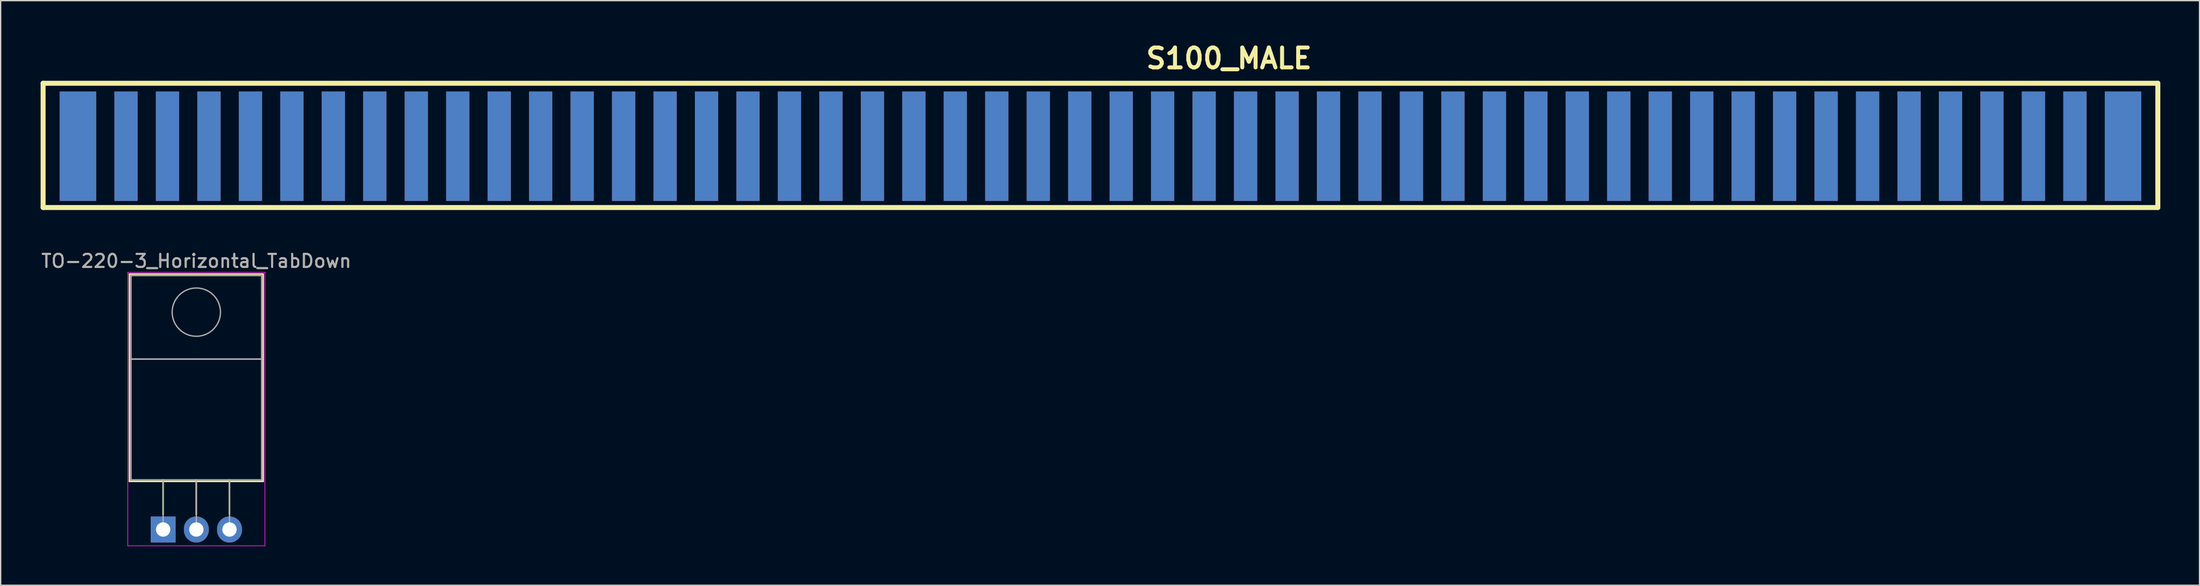
<source format=kicad_pcb>
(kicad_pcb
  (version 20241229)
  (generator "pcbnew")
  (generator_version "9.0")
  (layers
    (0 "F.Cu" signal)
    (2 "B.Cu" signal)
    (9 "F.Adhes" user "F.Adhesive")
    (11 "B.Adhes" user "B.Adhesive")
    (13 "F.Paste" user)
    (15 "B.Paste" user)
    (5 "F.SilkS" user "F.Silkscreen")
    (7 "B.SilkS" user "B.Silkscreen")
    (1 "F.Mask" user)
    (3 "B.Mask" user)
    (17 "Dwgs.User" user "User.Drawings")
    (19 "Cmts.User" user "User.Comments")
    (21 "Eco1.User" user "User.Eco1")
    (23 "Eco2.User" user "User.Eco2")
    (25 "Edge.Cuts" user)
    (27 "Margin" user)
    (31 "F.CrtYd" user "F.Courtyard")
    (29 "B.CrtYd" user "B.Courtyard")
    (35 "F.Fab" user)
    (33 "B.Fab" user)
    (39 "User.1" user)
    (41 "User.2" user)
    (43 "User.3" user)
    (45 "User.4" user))
  (footprint "TO-220-3_Horizontal_TabDown"
    (layer "F.Cu")
    (at 9.442 37.535)
    (property "Reference" "TO-220-3_Horizontal_TabDown" (at 2.54 -20.58 0) (layer "F.SilkS") (effects (font (size 1 1) (thickness 0.15))))
    (attr through_hole)
    (fp_line (start -2.58 -19.58) (end -2.58 -3.69) (stroke (width 0.12) (type solid)) (layer "F.SilkS"))
    (fp_line (start -2.58 -19.58) (end 7.66 -19.58) (stroke (width 0.12) (type solid)) (layer "F.SilkS"))
    (fp_line (start -2.58 -3.69) (end 7.66 -3.69) (stroke (width 0.12) (type solid)) (layer "F.SilkS"))
    (fp_line (start 0 -3.69) (end 0 -1.15) (stroke (width 0.12) (type solid)) (layer "F.SilkS"))
    (fp_line (start 2.54 -3.69) (end 2.54 -1.15) (stroke (width 0.12) (type solid)) (layer "F.SilkS"))
    (fp_line (start 5.08 -3.69) (end 5.08 -1.15) (stroke (width 0.12) (type solid)) (layer "F.SilkS"))
    (fp_line (start 7.66 -19.58) (end 7.66 -3.69) (stroke (width 0.12) (type solid)) (layer "F.SilkS"))
    (fp_line (start -2.71 -19.71) (end -2.71 1.25) (stroke (width 0.05) (type solid)) (layer "F.CrtYd"))
    (fp_line (start -2.71 1.25) (end 7.79 1.25) (stroke (width 0.05) (type solid)) (layer "F.CrtYd"))
    (fp_line (start 7.79 -19.71) (end -2.71 -19.71) (stroke (width 0.05) (type solid)) (layer "F.CrtYd"))
    (fp_line (start 7.79 1.25) (end 7.79 -19.71) (stroke (width 0.05) (type solid)) (layer "F.CrtYd"))
    (fp_line (start -2.46 -19.46) (end 7.54 -19.46) (stroke (width 0.1) (type solid)) (layer "F.Fab"))
    (fp_line (start -2.46 -13.06) (end -2.46 -19.46) (stroke (width 0.1) (type solid)) (layer "F.Fab"))
    (fp_line (start -2.46 -13.06) (end 7.54 -13.06) (stroke (width 0.1) (type solid)) (layer "F.Fab"))
    (fp_line (start -2.46 -3.81) (end -2.46 -13.06) (stroke (width 0.1) (type solid)) (layer "F.Fab"))
    (fp_line (start 0 -3.81) (end 0 0) (stroke (width 0.1) (type solid)) (layer "F.Fab"))
    (fp_line (start 2.54 -3.81) (end 2.54 0) (stroke (width 0.1) (type solid)) (layer "F.Fab"))
    (fp_line (start 5.08 -3.81) (end 5.08 0) (stroke (width 0.1) (type solid)) (layer "F.Fab"))
    (fp_line (start 7.54 -19.46) (end 7.54 -13.06) (stroke (width 0.1) (type solid)) (layer "F.Fab"))
    (fp_line (start 7.54 -13.06) (end -2.46 -13.06) (stroke (width 0.1) (type solid)) (layer "F.Fab"))
    (fp_line (start 7.54 -13.06) (end 7.54 -3.81) (stroke (width 0.1) (type solid)) (layer "F.Fab"))
    (fp_line (start 7.54 -3.81) (end -2.46 -3.81) (stroke (width 0.1) (type solid)) (layer "F.Fab"))
    (fp_circle (center 2.54 -16.66) (end 4.39 -16.66) (stroke (width 0.1) (type solid)) (fill no) (layer "F.Fab"))
    (fp_text user "${REFERENCE}" (at 2.54 -20.58 0) (layer "F.Fab") (effects (font (size 1 1) (thickness 0.15))))
    (pad "1" thru_hole rect (at 0 0) (size 1.905 2) (drill 1.1) (layers "*.Cu" "*.Mask"))
    (pad "2" thru_hole oval (at 2.54 0) (size 1.905 2) (drill 1.1) (layers "*.Cu" "*.Mask"))
    (pad "3" thru_hole oval (at 5.08 0) (size 1.905 2) (drill 1.1) (layers "*.Cu" "*.Mask")))
  (footprint "S100_MALE"
    (layer "F.Cu")
    (at 0.25 12.856)
    (property "Reference" "S100_MALE" (at 90.805 -11.43 0) (layer "F.SilkS") (effects (font (size 1.524 1.524) (thickness 0.305))))
    (attr through_hole)
    (fp_line (start 0 -9.525) (end 161.925 -9.525) (stroke (width 0.381) (type solid)) (layer "F.SilkS"))
    (fp_line (start 0 0) (end 0 -9.525) (stroke (width 0.381) (type solid)) (layer "F.SilkS"))
    (fp_line (start 161.925 -9.525) (end 161.925 0) (stroke (width 0.381) (type solid)) (layer "F.SilkS"))
    (fp_line (start 161.925 0) (end 0 0) (stroke (width 0.381) (type solid)) (layer "F.SilkS"))
    (pad "1" connect rect (at 2.667 -4.699) (size 2.794 8.382) (layers "F.Cu" "F.Mask"))
    (pad "2" connect rect (at 6.35 -4.699) (size 1.778 8.382) (layers "F.Cu" "F.Mask"))
    (pad "3" connect rect (at 9.525 -4.699) (size 1.778 8.382) (layers "F.Cu" "F.Mask"))
    (pad "4" connect rect (at 12.7 -4.699) (size 1.778 8.382) (layers "F.Cu" "F.Mask"))
    (pad "5" connect rect (at 15.875 -4.699) (size 1.778 8.382) (layers "F.Cu" "F.Mask"))
    (pad "6" connect rect (at 19.05 -4.699) (size 1.778 8.382) (layers "F.Cu" "F.Mask"))
    (pad "7" connect rect (at 22.225 -4.699) (size 1.778 8.382) (layers "F.Cu" "F.Mask"))
    (pad "8" connect rect (at 25.4 -4.699) (size 1.778 8.382) (layers "F.Cu" "F.Mask"))
    (pad "9" connect rect (at 28.575 -4.699) (size 1.778 8.382) (layers "F.Cu" "F.Mask"))
    (pad "10" connect rect (at 31.75 -4.699) (size 1.778 8.382) (layers "F.Cu" "F.Mask"))
    (pad "11" connect rect (at 34.925 -4.699) (size 1.778 8.382) (layers "F.Cu" "F.Mask"))
    (pad "12" connect rect (at 38.1 -4.699) (size 1.778 8.382) (layers "F.Cu" "F.Mask"))
    (pad "13" connect rect (at 41.275 -4.699) (size 1.778 8.382) (layers "F.Cu" "F.Mask"))
    (pad "14" connect rect (at 44.45 -4.699) (size 1.778 8.382) (layers "F.Cu" "F.Mask"))
    (pad "15" connect rect (at 47.625 -4.699) (size 1.778 8.382) (layers "F.Cu" "F.Mask"))
    (pad "16" connect rect (at 50.8 -4.699) (size 1.778 8.382) (layers "F.Cu" "F.Mask"))
    (pad "17" connect rect (at 53.975 -4.699) (size 1.778 8.382) (layers "F.Cu" "F.Mask"))
    (pad "18" connect rect (at 57.15 -4.699) (size 1.778 8.382) (layers "F.Cu" "F.Mask"))
    (pad "19" connect rect (at 60.325 -4.699) (size 1.778 8.382) (layers "F.Cu" "F.Mask"))
    (pad "20" connect rect (at 63.5 -4.699) (size 1.778 8.382) (layers "F.Cu" "F.Mask"))
    (pad "21" connect rect (at 66.675 -4.699) (size 1.778 8.382) (layers "F.Cu" "F.Mask"))
    (pad "22" connect rect (at 69.85 -4.699) (size 1.778 8.382) (layers "F.Cu" "F.Mask"))
    (pad "23" connect rect (at 73.025 -4.699) (size 1.778 8.382) (layers "F.Cu" "F.Mask"))
    (pad "24" connect rect (at 76.2 -4.699) (size 1.778 8.382) (layers "F.Cu" "F.Mask"))
    (pad "25" connect rect (at 79.375 -4.699) (size 1.778 8.382) (layers "F.Cu" "F.Mask"))
    (pad "26" connect rect (at 82.55 -4.699) (size 1.778 8.382) (layers "F.Cu" "F.Mask"))
    (pad "27" connect rect (at 85.725 -4.699) (size 1.778 8.382) (layers "F.Cu" "F.Mask"))
    (pad "28" connect rect (at 88.9 -4.699) (size 1.778 8.382) (layers "F.Cu" "F.Mask"))
    (pad "29" connect rect (at 92.075 -4.699) (size 1.778 8.382) (layers "F.Cu" "F.Mask"))
    (pad "30" connect rect (at 95.25 -4.699) (size 1.778 8.382) (layers "F.Cu" "F.Mask"))
    (pad "31" connect rect (at 98.425 -4.699) (size 1.778 8.382) (layers "F.Cu" "F.Mask"))
    (pad "32" connect rect (at 101.6 -4.699) (size 1.778 8.382) (layers "F.Cu" "F.Mask"))
    (pad "33" connect rect (at 104.775 -4.699) (size 1.778 8.382) (layers "F.Cu" "F.Mask"))
    (pad "34" connect rect (at 107.95 -4.699) (size 1.778 8.382) (layers "F.Cu" "F.Mask"))
    (pad "35" connect rect (at 111.125 -4.699) (size 1.778 8.382) (layers "F.Cu" "F.Mask"))
    (pad "36" connect rect (at 114.3 -4.699) (size 1.778 8.382) (layers "F.Cu" "F.Mask"))
    (pad "37" connect rect (at 117.475 -4.699) (size 1.778 8.382) (layers "F.Cu" "F.Mask"))
    (pad "38" connect rect (at 120.65 -4.699) (size 1.778 8.382) (layers "F.Cu" "F.Mask"))
    (pad "39" connect rect (at 123.825 -4.699) (size 1.778 8.382) (layers "F.Cu" "F.Mask"))
    (pad "40" connect rect (at 127 -4.699) (size 1.778 8.382) (layers "F.Cu" "F.Mask"))
    (pad "41" connect rect (at 130.175 -4.699) (size 1.778 8.382) (layers "F.Cu" "F.Mask"))
    (pad "42" connect rect (at 133.35 -4.699) (size 1.778 8.382) (layers "F.Cu" "F.Mask"))
    (pad "43" connect rect (at 136.525 -4.699) (size 1.778 8.382) (layers "F.Cu" "F.Mask"))
    (pad "44" connect rect (at 139.7 -4.699) (size 1.778 8.382) (layers "F.Cu" "F.Mask"))
    (pad "45" connect rect (at 142.875 -4.699) (size 1.778 8.382) (layers "F.Cu" "F.Mask"))
    (pad "46" connect rect (at 146.05 -4.699) (size 1.778 8.382) (layers "F.Cu" "F.Mask"))
    (pad "47" connect rect (at 149.225 -4.699) (size 1.778 8.382) (layers "F.Cu" "F.Mask"))
    (pad "48" connect rect (at 152.4 -4.699) (size 1.778 8.382) (layers "F.Cu" "F.Mask"))
    (pad "49" connect rect (at 155.575 -4.699) (size 1.778 8.382) (layers "F.Cu" "F.Mask"))
    (pad "50" connect rect (at 159.258 -4.699) (size 2.794 8.382) (layers "F.Cu" "F.Mask"))
    (pad "51" connect rect (at 2.667 -4.699) (size 2.794 8.382) (layers "B.Cu" "B.Mask"))
    (pad "52" connect rect (at 6.35 -4.699) (size 1.778 8.382) (layers "B.Cu" "B.Mask"))
    (pad "53" connect rect (at 9.525 -4.699) (size 1.778 8.382) (layers "B.Cu" "B.Mask"))
    (pad "54" connect rect (at 12.7 -4.699) (size 1.778 8.382) (layers "B.Cu" "B.Mask"))
    (pad "55" connect rect (at 15.875 -4.699) (size 1.778 8.382) (layers "B.Cu" "B.Mask"))
    (pad "56" connect rect (at 19.05 -4.699) (size 1.778 8.382) (layers "B.Cu" "B.Mask"))
    (pad "57" connect rect (at 22.225 -4.699) (size 1.778 8.382) (layers "B.Cu" "B.Mask"))
    (pad "58" connect rect (at 25.4 -4.699) (size 1.778 8.382) (layers "B.Cu" "B.Mask"))
    (pad "59" connect rect (at 28.575 -4.699) (size 1.778 8.382) (layers "B.Cu" "B.Mask"))
    (pad "60" connect rect (at 31.75 -4.699) (size 1.778 8.382) (layers "B.Cu" "B.Mask"))
    (pad "61" connect rect (at 34.925 -4.699) (size 1.778 8.382) (layers "B.Cu" "B.Mask"))
    (pad "62" connect rect (at 38.1 -4.699) (size 1.778 8.382) (layers "B.Cu" "B.Mask"))
    (pad "63" connect rect (at 41.275 -4.699) (size 1.778 8.382) (layers "B.Cu" "B.Mask"))
    (pad "64" connect rect (at 44.45 -4.699) (size 1.778 8.382) (layers "B.Cu" "B.Mask"))
    (pad "65" connect rect (at 47.625 -4.699) (size 1.778 8.382) (layers "B.Cu" "B.Mask"))
    (pad "66" connect rect (at 50.8 -4.699) (size 1.778 8.382) (layers "B.Cu" "B.Mask"))
    (pad "67" connect rect (at 53.975 -4.699) (size 1.778 8.382) (layers "B.Cu" "B.Mask"))
    (pad "68" connect rect (at 57.15 -4.699) (size 1.778 8.382) (layers "B.Cu" "B.Mask"))
    (pad "69" connect rect (at 60.325 -4.699) (size 1.778 8.382) (layers "B.Cu" "B.Mask"))
    (pad "70" connect rect (at 63.5 -4.699) (size 1.778 8.382) (layers "B.Cu" "B.Mask"))
    (pad "71" connect rect (at 66.675 -4.699) (size 1.778 8.382) (layers "B.Cu" "B.Mask"))
    (pad "72" connect rect (at 69.85 -4.699) (size 1.778 8.382) (layers "B.Cu" "B.Mask"))
    (pad "73" connect rect (at 73.025 -4.699) (size 1.778 8.382) (layers "B.Cu" "B.Mask"))
    (pad "74" connect rect (at 76.2 -4.699) (size 1.778 8.382) (layers "B.Cu" "B.Mask"))
    (pad "75" connect rect (at 79.375 -4.699) (size 1.778 8.382) (layers "B.Cu" "B.Mask"))
    (pad "76" connect rect (at 82.55 -4.699) (size 1.778 8.382) (layers "B.Cu" "B.Mask"))
    (pad "77" connect rect (at 85.725 -4.699) (size 1.778 8.382) (layers "B.Cu" "B.Mask"))
    (pad "78" connect rect (at 88.9 -4.699) (size 1.778 8.382) (layers "B.Cu" "B.Mask"))
    (pad "79" connect rect (at 92.075 -4.699) (size 1.778 8.382) (layers "B.Cu" "B.Mask"))
    (pad "80" connect rect (at 95.25 -4.699) (size 1.778 8.382) (layers "B.Cu" "B.Mask"))
    (pad "81" connect rect (at 98.425 -4.699) (size 1.778 8.382) (layers "B.Cu" "B.Mask"))
    (pad "82" connect rect (at 101.6 -4.699) (size 1.778 8.382) (layers "B.Cu" "B.Mask"))
    (pad "83" connect rect (at 104.775 -4.699) (size 1.778 8.382) (layers "B.Cu" "B.Mask"))
    (pad "84" connect rect (at 107.95 -4.699) (size 1.778 8.382) (layers "B.Cu" "B.Mask"))
    (pad "85" connect rect (at 111.125 -4.699) (size 1.778 8.382) (layers "B.Cu" "B.Mask"))
    (pad "86" connect rect (at 114.3 -4.699) (size 1.778 8.382) (layers "B.Cu" "B.Mask"))
    (pad "87" connect rect (at 117.475 -4.699) (size 1.778 8.382) (layers "B.Cu" "B.Mask"))
    (pad "88" connect rect (at 120.65 -4.699) (size 1.778 8.382) (layers "B.Cu" "B.Mask"))
    (pad "89" connect rect (at 123.825 -4.699) (size 1.778 8.382) (layers "B.Cu" "B.Mask"))
    (pad "90" connect rect (at 127 -4.699) (size 1.778 8.382) (layers "B.Cu" "B.Mask"))
    (pad "91" connect rect (at 130.175 -4.699) (size 1.778 8.382) (layers "B.Cu" "B.Mask"))
    (pad "92" connect rect (at 133.35 -4.699) (size 1.778 8.382) (layers "B.Cu" "B.Mask"))
    (pad "93" connect rect (at 136.525 -4.699) (size 1.778 8.382) (layers "B.Cu" "B.Mask"))
    (pad "94" connect rect (at 139.7 -4.699) (size 1.778 8.382) (layers "B.Cu" "B.Mask"))
    (pad "95" connect rect (at 142.875 -4.699) (size 1.778 8.382) (layers "B.Cu" "B.Mask"))
    (pad "96" connect rect (at 146.05 -4.699) (size 1.778 8.382) (layers "B.Cu" "B.Mask"))
    (pad "97" connect rect (at 149.225 -4.699) (size 1.778 8.382) (layers "B.Cu" "B.Mask"))
    (pad "98" connect rect (at 152.4 -4.699) (size 1.778 8.382) (layers "B.Cu" "B.Mask"))
    (pad "99" connect rect (at 155.575 -4.699) (size 1.778 8.382) (layers "B.Cu" "B.Mask"))
    (pad "100" connect rect (at 159.258 -4.699) (size 2.794 8.382) (layers "B.Cu" "B.Mask")))
  (gr_rect
    (start -3 -3)
    (end 165.365 41.81)
    (stroke (width 0.1) (type default))
    (fill no)
    (layer "Edge.Cuts")))
</source>
